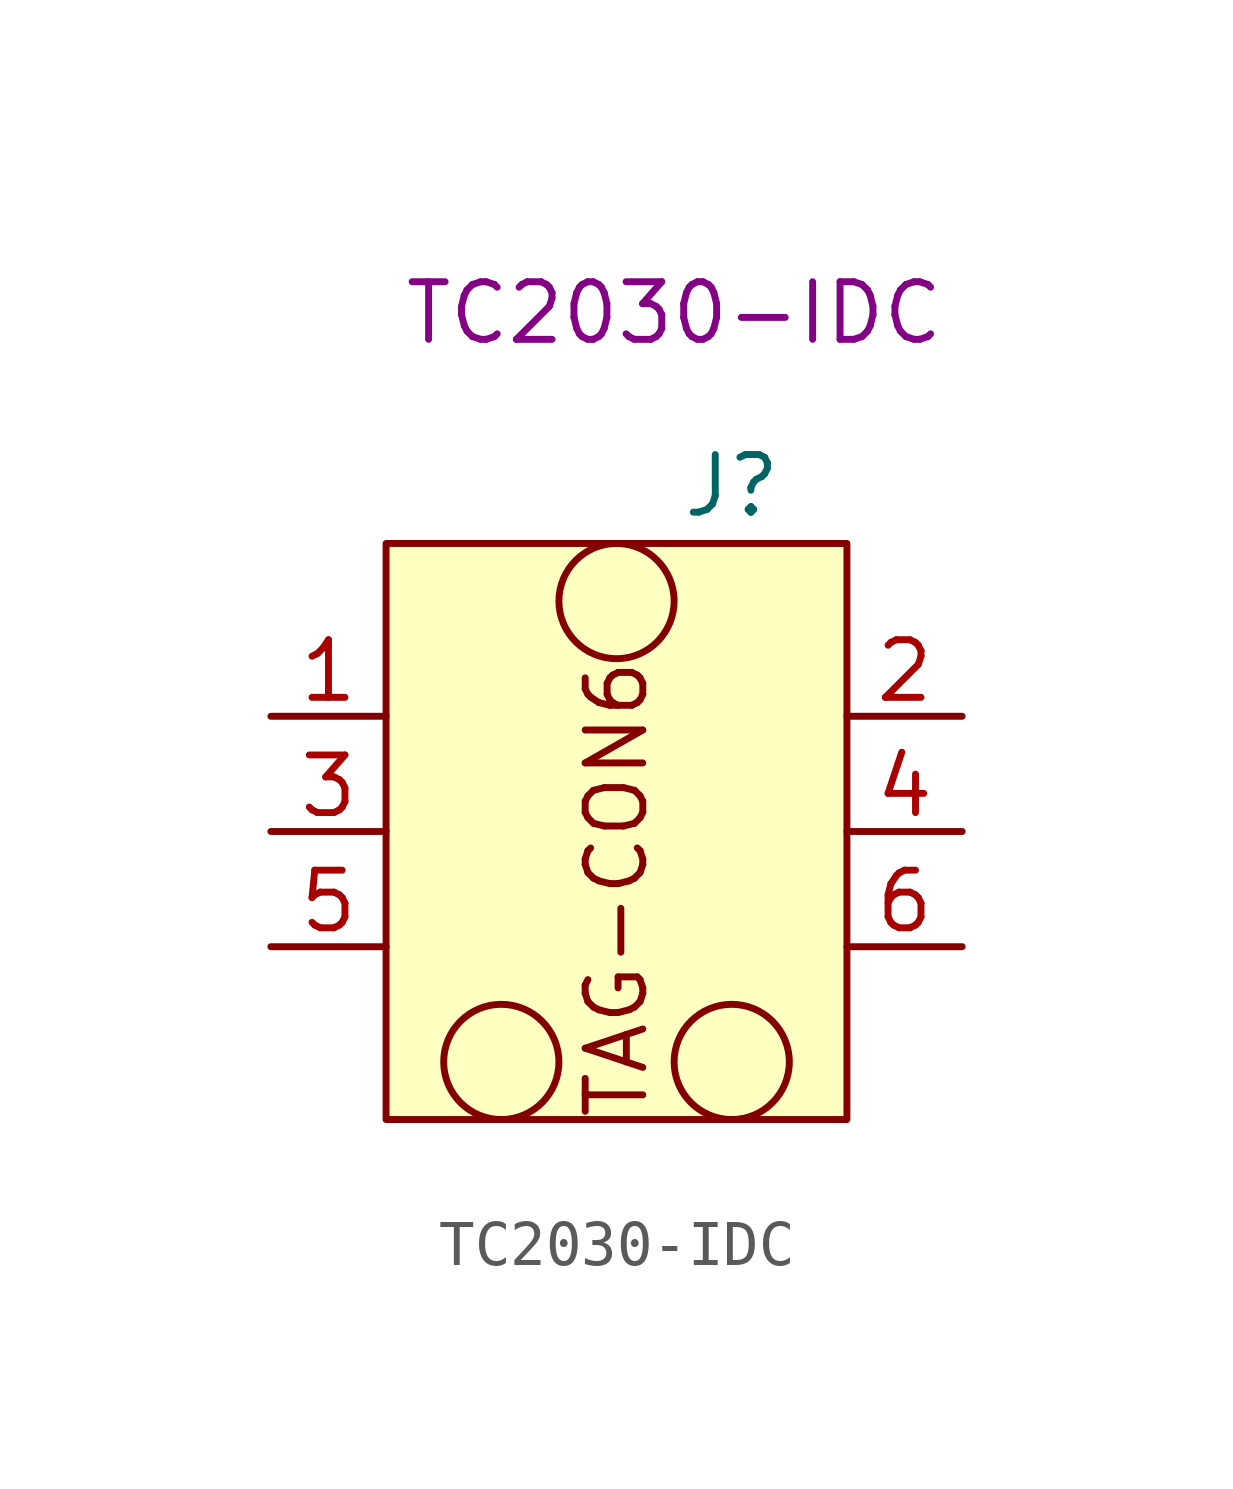
<source format=kicad_sym>
(kicad_symbol_lib
  (version 20241209)
  (generator "kicad_symbol_editor")
  (generator_version "9.0")
  (symbol "TC2030-IDC"
    (property "Reference" "J"
      (at 7.62 1.27 0)
      (effects (font (size 1.27 1.27))))
    (property "PartNumber" "TC2030-IDC"
      (at 6.35 5.08 0)
      (effects (font (size 1.27 1.27))))
    (symbol "TC2030-IDC_1_1"
      (rectangle (start 0 0) (end 10.16 -12.7) (stroke (width 0) (type default)) (fill (type background)))
      (circle (center 2.54 -11.43) (radius 1.27) (stroke (width 0) (type default)) (fill (type none)))
      (circle (center 5.08 -1.27) (radius 1.27) (stroke (width 0) (type default)) (fill (type none)))
      (circle (center 7.62 -11.43) (radius 1.27) (stroke (width 0) (type default)) (fill (type none)))
      (text "TAG-CON6" (at 5.08 -7.62 900) (effects (font (size 1.27 1.27))))
      (pin passive line (at -2.54 -3.81 0) (length 2.54) (name "" (effects (font (size 1.27 1.27)))) (number "1" (effects (font (size 1.27 1.27)))))
      (pin passive line (at -2.54 -6.35 0) (length 2.54) (name "" (effects (font (size 1.27 1.27)))) (number "3" (effects (font (size 1.27 1.27)))))
      (pin passive line (at -2.54 -8.89 0) (length 2.54) (name "" (effects (font (size 1.27 1.27)))) (number "5" (effects (font (size 1.27 1.27)))))
      (pin passive line (at 12.7 -3.81 180) (length 2.54) (name "" (effects (font (size 1.27 1.27)))) (number "2" (effects (font (size 1.27 1.27)))))
      (pin passive line (at 12.7 -6.35 180) (length 2.54) (name "" (effects (font (size 1.27 1.27)))) (number "4" (effects (font (size 1.27 1.27)))))
      (pin passive line (at 12.7 -8.89 180) (length 2.54) (name "" (effects (font (size 1.27 1.27)))) (number "6" (effects (font (size 1.27 1.27))))))))
</source>
